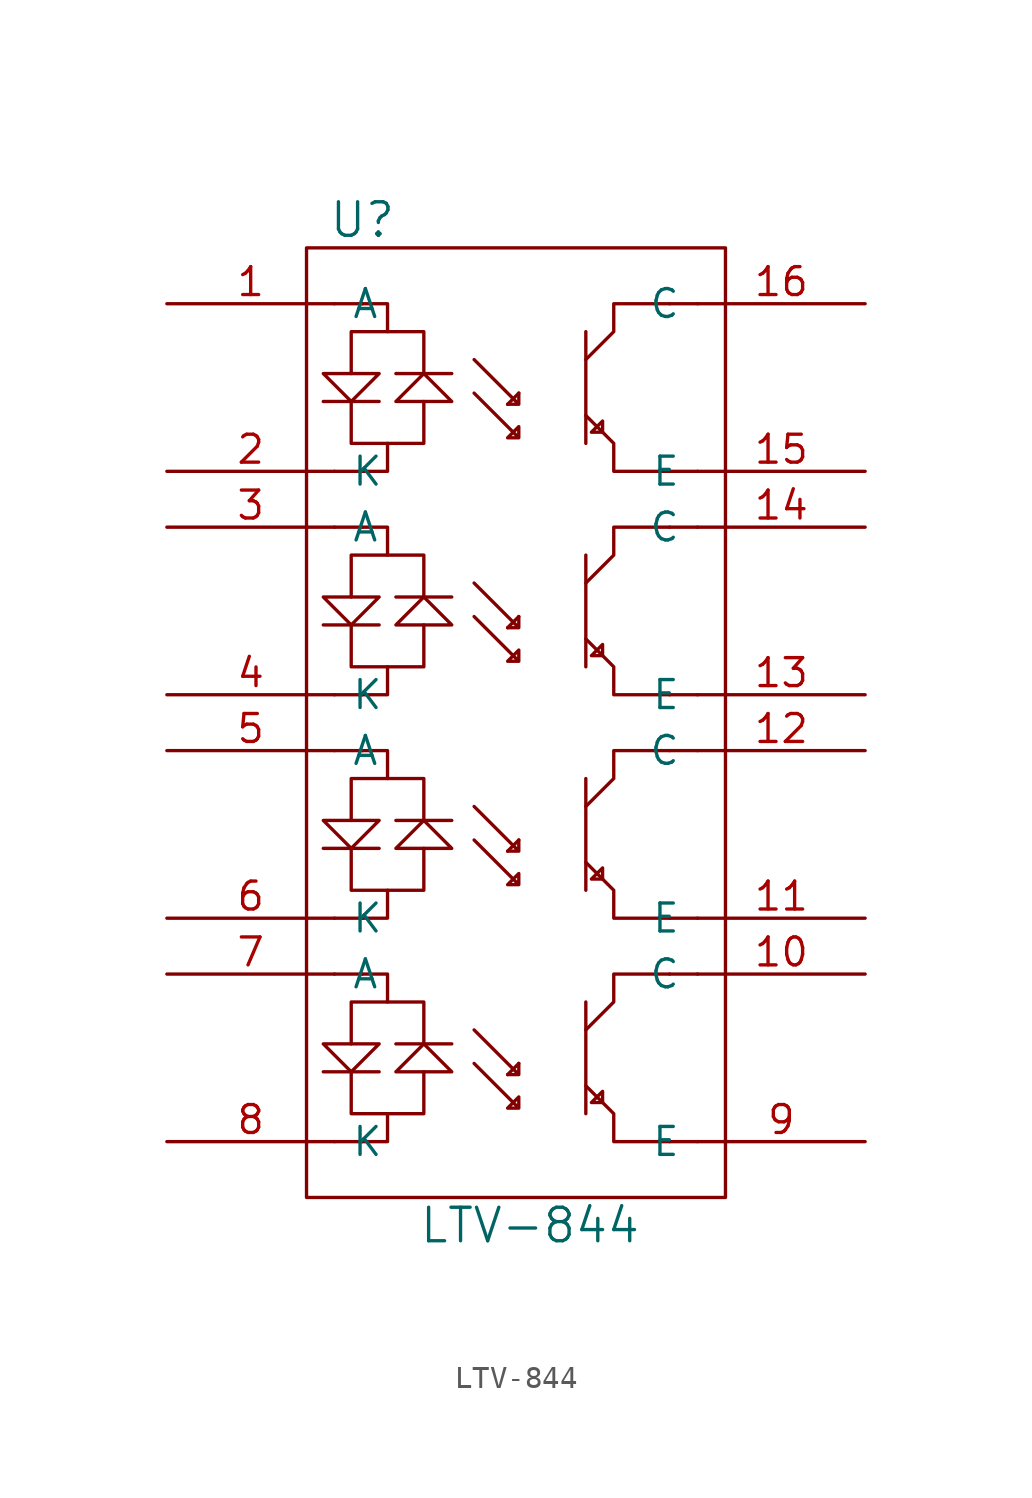
<source format=kicad_sym>
(kicad_symbol_lib
  (version 20210619)
  (generator kicad_symbol_editor)
  (symbol "tinkerforge:LTV-844"
    (pin_names
      (offset 0.762))
    (property "Reference" "U"
      (at -7.62 22.86 0)
      (effects (font (size 1.524 1.524))))
    (property "Value" "LTV-844"
      (at 0 -22.86 0)
      (effects (font (size 1.524 1.524))))
    (property "Footprint" ""
      (at 0 0 0)
      (effects (font (size 1.524 1.524))))
    (property "Datasheet" ""
      (at 0 0 0)
      (effects (font (size 1.524 1.524))))
    (symbol "LTV-844_0_1"
      (rectangle (start -10.16 21.59) (end 8.89 -21.59) (stroke (width 0)) (fill (type none)))
      (polyline (pts (xy -9.398 -15.875) (xy -6.858 -15.875)) (stroke (width 0)) (fill (type none)))
      (polyline (pts (xy -9.398 -5.715) (xy -6.858 -5.715)) (stroke (width 0)) (fill (type none)))
      (polyline (pts (xy -9.398 4.445) (xy -6.858 4.445)) (stroke (width 0)) (fill (type none)))
      (polyline (pts (xy -9.398 14.605) (xy -6.858 14.605)) (stroke (width 0)) (fill (type none)))
      (polyline (pts (xy -6.096 -14.605) (xy -3.556 -14.605)) (stroke (width 0)) (fill (type none)))
      (polyline (pts (xy -6.096 -4.445) (xy -3.556 -4.445)) (stroke (width 0)) (fill (type none)))
      (polyline (pts (xy -6.096 5.715) (xy -3.556 5.715)) (stroke (width 0)) (fill (type none)))
      (polyline (pts (xy -6.096 15.875) (xy -3.556 15.875)) (stroke (width 0)) (fill (type none)))
      (polyline (pts (xy -8.89 -19.05) (xy -7.62 -19.05) (xy -7.62 -19.05)) (stroke (width 0)) (fill (type none)))
      (polyline (pts (xy -8.89 -11.43) (xy -7.62 -11.43) (xy -7.62 -11.43)) (stroke (width 0)) (fill (type none)))
      (polyline (pts (xy -8.89 -8.89) (xy -7.62 -8.89) (xy -7.62 -8.89)) (stroke (width 0)) (fill (type none)))
      (polyline (pts (xy -8.89 -1.27) (xy -7.62 -1.27) (xy -7.62 -1.27)) (stroke (width 0)) (fill (type none)))
      (polyline (pts (xy -8.89 1.27) (xy -7.62 1.27) (xy -7.62 1.27)) (stroke (width 0)) (fill (type none)))
      (polyline (pts (xy -8.89 8.89) (xy -7.62 8.89) (xy -7.62 8.89)) (stroke (width 0)) (fill (type none)))
      (polyline (pts (xy -8.89 11.43) (xy -7.62 11.43) (xy -7.62 11.43)) (stroke (width 0)) (fill (type none)))
      (polyline (pts (xy -8.89 19.05) (xy -7.62 19.05) (xy -7.62 19.05)) (stroke (width 0)) (fill (type none)))
      (polyline (pts (xy -6.477 -17.78) (xy -4.826 -17.78) (xy -4.826 -15.875)) (stroke (width 0)) (fill (type none)))
      (polyline (pts (xy -6.477 -12.7) (xy -8.128 -12.7) (xy -8.128 -14.605)) (stroke (width 0)) (fill (type none)))
      (polyline (pts (xy -6.477 -7.62) (xy -4.826 -7.62) (xy -4.826 -5.715)) (stroke (width 0)) (fill (type none)))
      (polyline (pts (xy -6.477 -2.54) (xy -8.128 -2.54) (xy -8.128 -4.445)) (stroke (width 0)) (fill (type none)))
      (polyline (pts (xy -6.477 2.54) (xy -4.826 2.54) (xy -4.826 4.445)) (stroke (width 0)) (fill (type none)))
      (polyline (pts (xy -6.477 7.62) (xy -8.128 7.62) (xy -8.128 5.715)) (stroke (width 0)) (fill (type none)))
      (polyline (pts (xy -6.477 12.7) (xy -4.826 12.7) (xy -4.826 14.605)) (stroke (width 0)) (fill (type none)))
      (polyline (pts (xy -6.477 17.78) (xy -8.128 17.78) (xy -8.128 15.875)) (stroke (width 0)) (fill (type none)))
      (polyline (pts (xy -1.016 -16.002) (xy -0.508 -15.494) (xy -0.508 -15.494)) (stroke (width 0)) (fill (type none)))
      (polyline (pts (xy -1.016 -5.842) (xy -0.508 -5.334) (xy -0.508 -5.334)) (stroke (width 0)) (fill (type none)))
      (polyline (pts (xy -1.016 4.318) (xy -0.508 4.826) (xy -0.508 4.826)) (stroke (width 0)) (fill (type none)))
      (polyline (pts (xy -1.016 14.478) (xy -0.508 14.986) (xy -0.508 14.986)) (stroke (width 0)) (fill (type none)))
      (polyline (pts (xy 2.54 -12.7) (xy 2.54 -17.78) (xy 2.54 -17.78)) (stroke (width 0)) (fill (type none)))
      (polyline (pts (xy 2.54 -2.54) (xy 2.54 -7.62) (xy 2.54 -7.62)) (stroke (width 0)) (fill (type none)))
      (polyline (pts (xy 2.54 7.62) (xy 2.54 2.54) (xy 2.54 2.54)) (stroke (width 0)) (fill (type none)))
      (polyline (pts (xy 2.54 17.78) (xy 2.54 12.7) (xy 2.54 12.7)) (stroke (width 0)) (fill (type none)))
      (polyline (pts (xy 7.62 -19.05) (xy 6.35 -19.05) (xy 6.35 -19.05)) (stroke (width 0)) (fill (type none)))
      (polyline (pts (xy 7.62 -11.43) (xy 6.35 -11.43) (xy 6.35 -11.43)) (stroke (width 0)) (fill (type none)))
      (polyline (pts (xy 7.62 -8.89) (xy 6.35 -8.89) (xy 6.35 -8.89)) (stroke (width 0)) (fill (type none)))
      (polyline (pts (xy 7.62 -1.27) (xy 6.35 -1.27) (xy 6.35 -1.27)) (stroke (width 0)) (fill (type none)))
      (polyline (pts (xy 7.62 1.27) (xy 6.35 1.27) (xy 6.35 1.27)) (stroke (width 0)) (fill (type none)))
      (polyline (pts (xy 7.62 8.89) (xy 6.35 8.89) (xy 6.35 8.89)) (stroke (width 0)) (fill (type none)))
      (polyline (pts (xy 7.62 11.43) (xy 6.35 11.43) (xy 6.35 11.43)) (stroke (width 0)) (fill (type none)))
      (polyline (pts (xy 7.62 19.05) (xy 6.35 19.05) (xy 6.35 19.05)) (stroke (width 0)) (fill (type none)))
      (polyline (pts (xy -9.398 -14.605) (xy -8.128 -14.605) (xy -6.858 -14.605) (xy -8.128 -15.875) (xy -9.398 -14.605)) (stroke (width 0)) (fill (type none)))
      (polyline (pts (xy -9.398 -4.445) (xy -8.128 -4.445) (xy -6.858 -4.445) (xy -8.128 -5.715) (xy -9.398 -4.445)) (stroke (width 0)) (fill (type none)))
      (polyline (pts (xy -9.398 5.715) (xy -8.128 5.715) (xy -6.858 5.715) (xy -8.128 4.445) (xy -9.398 5.715)) (stroke (width 0)) (fill (type none)))
      (polyline (pts (xy -9.398 15.875) (xy -8.128 15.875) (xy -6.858 15.875) (xy -8.128 14.605) (xy -9.398 15.875)) (stroke (width 0)) (fill (type none)))
      (polyline (pts (xy -7.62 -19.05) (xy -6.477 -19.05) (xy -6.477 -17.78) (xy -8.128 -17.78) (xy -8.128 -15.875)) (stroke (width 0)) (fill (type none)))
      (polyline (pts (xy -7.62 -11.43) (xy -6.477 -11.43) (xy -6.477 -12.7) (xy -4.826 -12.7) (xy -4.826 -14.605)) (stroke (width 0)) (fill (type none)))
      (polyline (pts (xy -7.62 -8.89) (xy -6.477 -8.89) (xy -6.477 -7.62) (xy -8.128 -7.62) (xy -8.128 -5.715)) (stroke (width 0)) (fill (type none)))
      (polyline (pts (xy -7.62 -1.27) (xy -6.477 -1.27) (xy -6.477 -2.54) (xy -4.826 -2.54) (xy -4.826 -4.445)) (stroke (width 0)) (fill (type none)))
      (polyline (pts (xy -7.62 1.27) (xy -6.477 1.27) (xy -6.477 2.54) (xy -8.128 2.54) (xy -8.128 4.445)) (stroke (width 0)) (fill (type none)))
      (polyline (pts (xy -7.62 8.89) (xy -6.477 8.89) (xy -6.477 7.62) (xy -4.826 7.62) (xy -4.826 5.715)) (stroke (width 0)) (fill (type none)))
      (polyline (pts (xy -7.62 11.43) (xy -6.477 11.43) (xy -6.477 12.7) (xy -8.128 12.7) (xy -8.128 14.605)) (stroke (width 0)) (fill (type none)))
      (polyline (pts (xy -7.62 19.05) (xy -6.477 19.05) (xy -6.477 17.78) (xy -4.826 17.78) (xy -4.826 15.875)) (stroke (width 0)) (fill (type none)))
      (polyline (pts (xy -6.096 -15.875) (xy -4.826 -15.875) (xy -3.556 -15.875) (xy -4.826 -14.605) (xy -6.096 -15.875)) (stroke (width 0)) (fill (type none)))
      (polyline (pts (xy -6.096 -5.715) (xy -4.826 -5.715) (xy -3.556 -5.715) (xy -4.826 -4.445) (xy -6.096 -5.715)) (stroke (width 0)) (fill (type none)))
      (polyline (pts (xy -6.096 4.445) (xy -4.826 4.445) (xy -3.556 4.445) (xy -4.826 5.715) (xy -6.096 4.445)) (stroke (width 0)) (fill (type none)))
      (polyline (pts (xy -6.096 14.605) (xy -4.826 14.605) (xy -3.556 14.605) (xy -4.826 15.875) (xy -6.096 14.605)) (stroke (width 0)) (fill (type none)))
      (polyline (pts (xy 2.54 -16.51) (xy 3.81 -17.78) (xy 3.81 -19.05) (xy 6.35 -19.05) (xy 6.35 -19.05)) (stroke (width 0)) (fill (type none)))
      (polyline (pts (xy 2.54 -13.97) (xy 3.81 -12.7) (xy 3.81 -11.43) (xy 6.35 -11.43) (xy 6.35 -11.43)) (stroke (width 0)) (fill (type none)))
      (polyline (pts (xy 2.54 -6.35) (xy 3.81 -7.62) (xy 3.81 -8.89) (xy 6.35 -8.89) (xy 6.35 -8.89)) (stroke (width 0)) (fill (type none)))
      (polyline (pts (xy 2.54 -3.81) (xy 3.81 -2.54) (xy 3.81 -1.27) (xy 6.35 -1.27) (xy 6.35 -1.27)) (stroke (width 0)) (fill (type none)))
      (polyline (pts (xy 2.54 3.81) (xy 3.81 2.54) (xy 3.81 1.27) (xy 6.35 1.27) (xy 6.35 1.27)) (stroke (width 0)) (fill (type none)))
      (polyline (pts (xy 2.54 6.35) (xy 3.81 7.62) (xy 3.81 8.89) (xy 6.35 8.89) (xy 6.35 8.89)) (stroke (width 0)) (fill (type none)))
      (polyline (pts (xy 2.54 13.97) (xy 3.81 12.7) (xy 3.81 11.43) (xy 6.35 11.43) (xy 6.35 11.43)) (stroke (width 0)) (fill (type none)))
      (polyline (pts (xy 2.54 16.51) (xy 3.81 17.78) (xy 3.81 19.05) (xy 6.35 19.05) (xy 6.35 19.05)) (stroke (width 0)) (fill (type none)))
      (polyline (pts (xy 2.794 -17.272) (xy 3.302 -16.764) (xy 3.302 -17.272) (xy 2.794 -17.272) (xy 2.794 -17.272)) (stroke (width 0)) (fill (type none)))
      (polyline (pts (xy 2.794 -7.112) (xy 3.302 -6.604) (xy 3.302 -7.112) (xy 2.794 -7.112) (xy 2.794 -7.112)) (stroke (width 0)) (fill (type none)))
      (polyline (pts (xy 2.794 3.048) (xy 3.302 3.556) (xy 3.302 3.048) (xy 2.794 3.048) (xy 2.794 3.048)) (stroke (width 0)) (fill (type none)))
      (polyline (pts (xy 2.794 13.208) (xy 3.302 13.716) (xy 3.302 13.208) (xy 2.794 13.208) (xy 2.794 13.208)) (stroke (width 0)) (fill (type none)))
      (polyline (pts (xy -2.54 -13.97) (xy -0.508 -16.002) (xy -0.508 -15.494) (xy -0.508 -16.002) (xy -1.016 -16.002) (xy -1.016 -16.002)) (stroke (width 0)) (fill (type none)))
      (polyline (pts (xy -2.54 -3.81) (xy -0.508 -5.842) (xy -0.508 -5.334) (xy -0.508 -5.842) (xy -1.016 -5.842) (xy -1.016 -5.842)) (stroke (width 0)) (fill (type none)))
      (polyline (pts (xy -2.54 6.35) (xy -0.508 4.318) (xy -0.508 4.826) (xy -0.508 4.318) (xy -1.016 4.318) (xy -1.016 4.318)) (stroke (width 0)) (fill (type none)))
      (polyline (pts (xy -2.54 16.51) (xy -0.508 14.478) (xy -0.508 14.986) (xy -0.508 14.478) (xy -1.016 14.478) (xy -1.016 14.478)) (stroke (width 0)) (fill (type none)))
      (polyline (pts (xy -2.54 -15.494) (xy -0.508 -17.526) (xy -0.508 -17.018) (xy -0.508 -17.526) (xy -1.016 -17.526) (xy -0.508 -17.018) (xy -0.508 -17.018)) (stroke (width 0)) (fill (type none)))
      (polyline (pts (xy -2.54 -5.334) (xy -0.508 -7.366) (xy -0.508 -6.858) (xy -0.508 -7.366) (xy -1.016 -7.366) (xy -0.508 -6.858) (xy -0.508 -6.858)) (stroke (width 0)) (fill (type none)))
      (polyline (pts (xy -2.54 4.826) (xy -0.508 2.794) (xy -0.508 3.302) (xy -0.508 2.794) (xy -1.016 2.794) (xy -0.508 3.302) (xy -0.508 3.302)) (stroke (width 0)) (fill (type none)))
      (polyline (pts (xy -2.54 14.986) (xy -0.508 12.954) (xy -0.508 13.462) (xy -0.508 12.954) (xy -1.016 12.954) (xy -0.508 13.462) (xy -0.508 13.462)) (stroke (width 0)) (fill (type none))))
    (symbol "LTV-844_1_1"
      (pin input line (at -16.51 19.05 0) (length 7.62) (name "A" (effects (font (size 1.27 1.27)))) (number "1" (effects (font (size 1.27 1.27)))))
      (pin passive line (at 15.24 -11.43 180) (length 7.62) (name "C" (effects (font (size 1.27 1.27)))) (number "10" (effects (font (size 1.27 1.27)))))
      (pin passive line (at 15.24 -8.89 180) (length 7.62) (name "E" (effects (font (size 1.27 1.27)))) (number "11" (effects (font (size 1.27 1.27)))))
      (pin passive line (at 15.24 -1.27 180) (length 7.62) (name "C" (effects (font (size 1.27 1.27)))) (number "12" (effects (font (size 1.27 1.27)))))
      (pin passive line (at 15.24 1.27 180) (length 7.62) (name "E" (effects (font (size 1.27 1.27)))) (number "13" (effects (font (size 1.27 1.27)))))
      (pin passive line (at 15.24 8.89 180) (length 7.62) (name "C" (effects (font (size 1.27 1.27)))) (number "14" (effects (font (size 1.27 1.27)))))
      (pin passive line (at 15.24 11.43 180) (length 7.62) (name "E" (effects (font (size 1.27 1.27)))) (number "15" (effects (font (size 1.27 1.27)))))
      (pin passive line (at 15.24 19.05 180) (length 7.62) (name "C" (effects (font (size 1.27 1.27)))) (number "16" (effects (font (size 1.27 1.27)))))
      (pin input line (at -16.51 11.43 0) (length 7.62) (name "K" (effects (font (size 1.27 1.27)))) (number "2" (effects (font (size 1.27 1.27)))))
      (pin input line (at -16.51 8.89 0) (length 7.62) (name "A" (effects (font (size 1.27 1.27)))) (number "3" (effects (font (size 1.27 1.27)))))
      (pin input line (at -16.51 1.27 0) (length 7.62) (name "K" (effects (font (size 1.27 1.27)))) (number "4" (effects (font (size 1.27 1.27)))))
      (pin input line (at -16.51 -1.27 0) (length 7.62) (name "A" (effects (font (size 1.27 1.27)))) (number "5" (effects (font (size 1.27 1.27)))))
      (pin input line (at -16.51 -8.89 0) (length 7.62) (name "K" (effects (font (size 1.27 1.27)))) (number "6" (effects (font (size 1.27 1.27)))))
      (pin input line (at -16.51 -11.43 0) (length 7.62) (name "A" (effects (font (size 1.27 1.27)))) (number "7" (effects (font (size 1.27 1.27)))))
      (pin input line (at -16.51 -19.05 0) (length 7.62) (name "K" (effects (font (size 1.27 1.27)))) (number "8" (effects (font (size 1.27 1.27)))))
      (pin passive line (at 15.24 -19.05 180) (length 7.62) (name "E" (effects (font (size 1.27 1.27)))) (number "9" (effects (font (size 1.27 1.27))))))))
</source>
